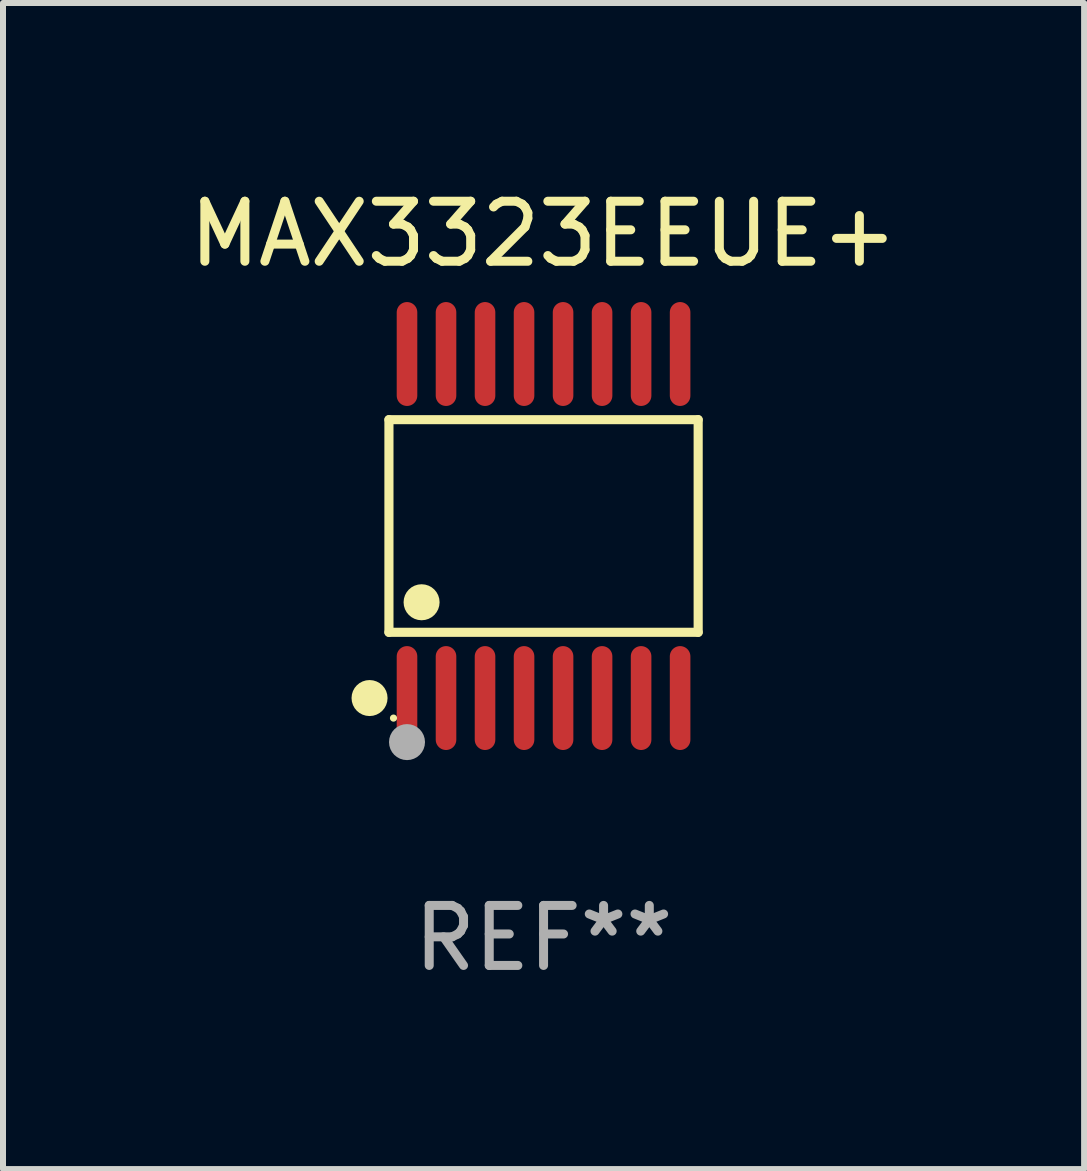
<source format=kicad_pcb>
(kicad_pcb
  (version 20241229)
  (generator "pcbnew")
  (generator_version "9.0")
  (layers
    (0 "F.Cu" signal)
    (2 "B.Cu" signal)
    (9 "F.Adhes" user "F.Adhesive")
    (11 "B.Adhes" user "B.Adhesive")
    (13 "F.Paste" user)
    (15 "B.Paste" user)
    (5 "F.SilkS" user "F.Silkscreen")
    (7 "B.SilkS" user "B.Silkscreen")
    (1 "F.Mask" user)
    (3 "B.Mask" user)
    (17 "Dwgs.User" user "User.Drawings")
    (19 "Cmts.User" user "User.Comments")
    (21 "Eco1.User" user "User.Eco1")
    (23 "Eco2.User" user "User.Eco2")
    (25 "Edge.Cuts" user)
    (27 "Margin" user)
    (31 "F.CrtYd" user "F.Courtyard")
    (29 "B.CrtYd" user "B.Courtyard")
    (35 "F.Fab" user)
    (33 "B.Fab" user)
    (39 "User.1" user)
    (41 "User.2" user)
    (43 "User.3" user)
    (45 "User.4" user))
  (footprint "MAX3323EEUE+"
    (layer "F.Cu")
    (at 6.006 5.714)
    (property "Reference" "MAX3323EEUE+" (at 0 -4.866 0) (layer "F.SilkS") (effects (font (size 1 1) (thickness 0.15))))
    (attr through_hole)
    (fp_line (start -2.576 -1.772) (end 2.576 -1.772) (stroke (width 0.152) (type solid)) (layer "F.SilkS"))
    (fp_line (start -2.576 1.771) (end -2.576 -1.772) (stroke (width 0.152) (type solid)) (layer "F.SilkS"))
    (fp_line (start 2.576 -1.772) (end 2.576 1.771) (stroke (width 0.152) (type solid)) (layer "F.SilkS"))
    (fp_line (start 2.576 1.771) (end -2.576 1.771) (stroke (width 0.152) (type solid)) (layer "F.SilkS"))
    (fp_circle (center -2.899 2.866) (end -2.749 2.866) (stroke (width 0.3) (type solid)) (fill no) (layer "F.SilkS"))
    (fp_circle (center -2.5 3.2) (end -2.47 3.2) (stroke (width 0.06) (type solid)) (fill no) (layer "F.SilkS"))
    (fp_circle (center -2.032 1.27) (end -1.882 1.27) (stroke (width 0.3) (type solid)) (fill no) (layer "F.SilkS"))
    (fp_circle (center -2.275 3.6) (end -2.125 3.6) (stroke (width 0.3) (type solid)) (fill no) (layer "F.Fab"))
    (fp_text user "REF**" (at 0 6.866 0) (layer "F.Fab") (effects (font (size 1 1) (thickness 0.15))))
    (pad "1" smd oval (at -2.275 2.866) (size 0.343 1.731) (layers "F.Cu" "F.Mask" "F.Paste"))
    (pad "2" smd oval (at -1.625 2.866) (size 0.343 1.731) (layers "F.Cu" "F.Mask" "F.Paste"))
    (pad "3" smd oval (at -0.975 2.866) (size 0.343 1.731) (layers "F.Cu" "F.Mask" "F.Paste"))
    (pad "4" smd oval (at -0.325 2.866) (size 0.343 1.731) (layers "F.Cu" "F.Mask" "F.Paste"))
    (pad "5" smd oval (at 0.325 2.866) (size 0.343 1.731) (layers "F.Cu" "F.Mask" "F.Paste"))
    (pad "6" smd oval (at 0.975 2.866) (size 0.343 1.731) (layers "F.Cu" "F.Mask" "F.Paste"))
    (pad "7" smd oval (at 1.625 2.866) (size 0.343 1.731) (layers "F.Cu" "F.Mask" "F.Paste"))
    (pad "8" smd oval (at 2.275 2.866) (size 0.343 1.731) (layers "F.Cu" "F.Mask" "F.Paste"))
    (pad "9" smd oval (at 2.275 -2.866) (size 0.343 1.731) (layers "F.Cu" "F.Mask" "F.Paste"))
    (pad "10" smd oval (at 1.625 -2.866) (size 0.343 1.731) (layers "F.Cu" "F.Mask" "F.Paste"))
    (pad "11" smd oval (at 0.975 -2.866) (size 0.343 1.731) (layers "F.Cu" "F.Mask" "F.Paste"))
    (pad "12" smd oval (at 0.325 -2.866) (size 0.343 1.731) (layers "F.Cu" "F.Mask" "F.Paste"))
    (pad "13" smd oval (at -0.325 -2.866) (size 0.343 1.731) (layers "F.Cu" "F.Mask" "F.Paste"))
    (pad "14" smd oval (at -0.975 -2.866) (size 0.343 1.731) (layers "F.Cu" "F.Mask" "F.Paste"))
    (pad "15" smd oval (at -1.625 -2.866) (size 0.343 1.731) (layers "F.Cu" "F.Mask" "F.Paste"))
    (pad "16" smd oval (at -2.275 -2.866) (size 0.343 1.731) (layers "F.Cu" "F.Mask" "F.Paste")))
  (gr_rect
    (start -3 -3)
    (end 15.012 16.428)
    (stroke (width 0.1) (type default))
    (fill no)
    (layer "Edge.Cuts")))
</source>
